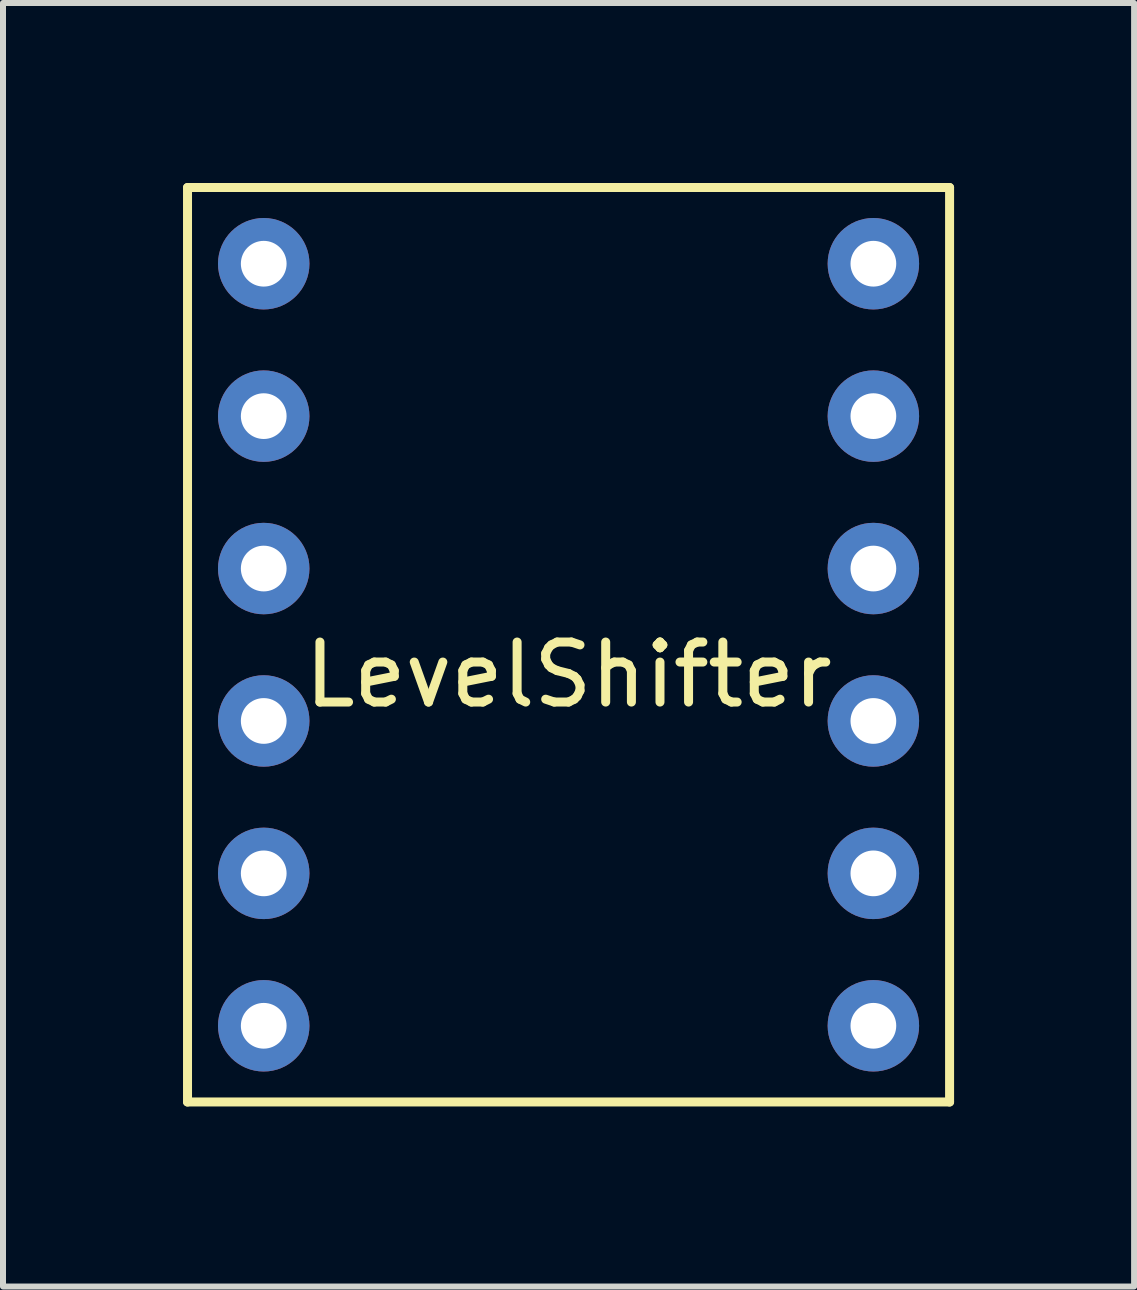
<source format=kicad_pcb>
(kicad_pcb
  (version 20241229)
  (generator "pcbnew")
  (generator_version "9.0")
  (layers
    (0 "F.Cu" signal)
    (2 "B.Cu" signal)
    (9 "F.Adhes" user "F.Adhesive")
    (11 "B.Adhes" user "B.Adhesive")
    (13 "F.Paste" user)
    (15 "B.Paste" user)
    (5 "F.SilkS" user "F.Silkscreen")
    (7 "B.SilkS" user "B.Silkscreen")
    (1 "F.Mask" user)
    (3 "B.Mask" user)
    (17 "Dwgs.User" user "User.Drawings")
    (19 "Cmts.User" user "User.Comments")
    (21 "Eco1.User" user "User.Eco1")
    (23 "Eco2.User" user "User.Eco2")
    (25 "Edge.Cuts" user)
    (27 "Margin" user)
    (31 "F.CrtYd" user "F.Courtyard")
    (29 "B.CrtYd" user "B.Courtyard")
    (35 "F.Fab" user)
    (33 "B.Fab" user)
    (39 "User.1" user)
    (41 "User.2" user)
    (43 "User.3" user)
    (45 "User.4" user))
  (footprint "LevelShifter"
    (layer "F.Cu")
    (at 6.425 7.695)
    (property "Reference" "LevelShifter" (at 0 0.5 0) (layer "F.SilkS") (effects (font (size 1 1) (thickness 0.15))))
    (attr through_hole)
    (fp_line (start -6.35 -7.62) (end 6.35 -7.62) (stroke (width 0.15) (type solid)) (layer "F.SilkS"))
    (fp_line (start -6.35 7.62) (end -6.35 -7.62) (stroke (width 0.15) (type solid)) (layer "F.SilkS"))
    (fp_line (start 6.35 -7.62) (end 6.35 7.62) (stroke (width 0.15) (type solid)) (layer "F.SilkS"))
    (fp_line (start 6.35 7.62) (end -6.35 7.62) (stroke (width 0.15) (type solid)) (layer "F.SilkS"))
    (pad "1" thru_hole circle (at -5.08 -6.35) (size 1.524 1.524) (drill 0.762) (layers "*.Cu" "*.Mask"))
    (pad "2" thru_hole circle (at -5.08 -3.81) (size 1.524 1.524) (drill 0.762) (layers "*.Cu" "*.Mask"))
    (pad "3" thru_hole circle (at -5.08 -1.27) (size 1.524 1.524) (drill 0.762) (layers "*.Cu" "*.Mask"))
    (pad "4" thru_hole circle (at -5.08 1.27) (size 1.524 1.524) (drill 0.762) (layers "*.Cu" "*.Mask"))
    (pad "5" thru_hole circle (at -5.08 3.81) (size 1.524 1.524) (drill 0.762) (layers "*.Cu" "*.Mask"))
    (pad "6" thru_hole circle (at -5.08 6.35) (size 1.524 1.524) (drill 0.762) (layers "*.Cu" "*.Mask"))
    (pad "7" thru_hole circle (at 5.08 6.35) (size 1.524 1.524) (drill 0.762) (layers "*.Cu" "*.Mask"))
    (pad "8" thru_hole circle (at 5.08 3.81) (size 1.524 1.524) (drill 0.762) (layers "*.Cu" "*.Mask"))
    (pad "9" thru_hole circle (at 5.08 1.27) (size 1.524 1.524) (drill 0.762) (layers "*.Cu" "*.Mask"))
    (pad "10" thru_hole circle (at 5.08 -1.27) (size 1.524 1.524) (drill 0.762) (layers "*.Cu" "*.Mask"))
    (pad "11" thru_hole circle (at 5.08 -3.81) (size 1.524 1.524) (drill 0.762) (layers "*.Cu" "*.Mask"))
    (pad "12" thru_hole circle (at 5.08 -6.35) (size 1.524 1.524) (drill 0.762) (layers "*.Cu" "*.Mask")))
  (gr_rect
    (start -3 -3)
    (end 15.85 18.39)
    (stroke (width 0.1) (type default))
    (fill no)
    (layer "Edge.Cuts")))
</source>
